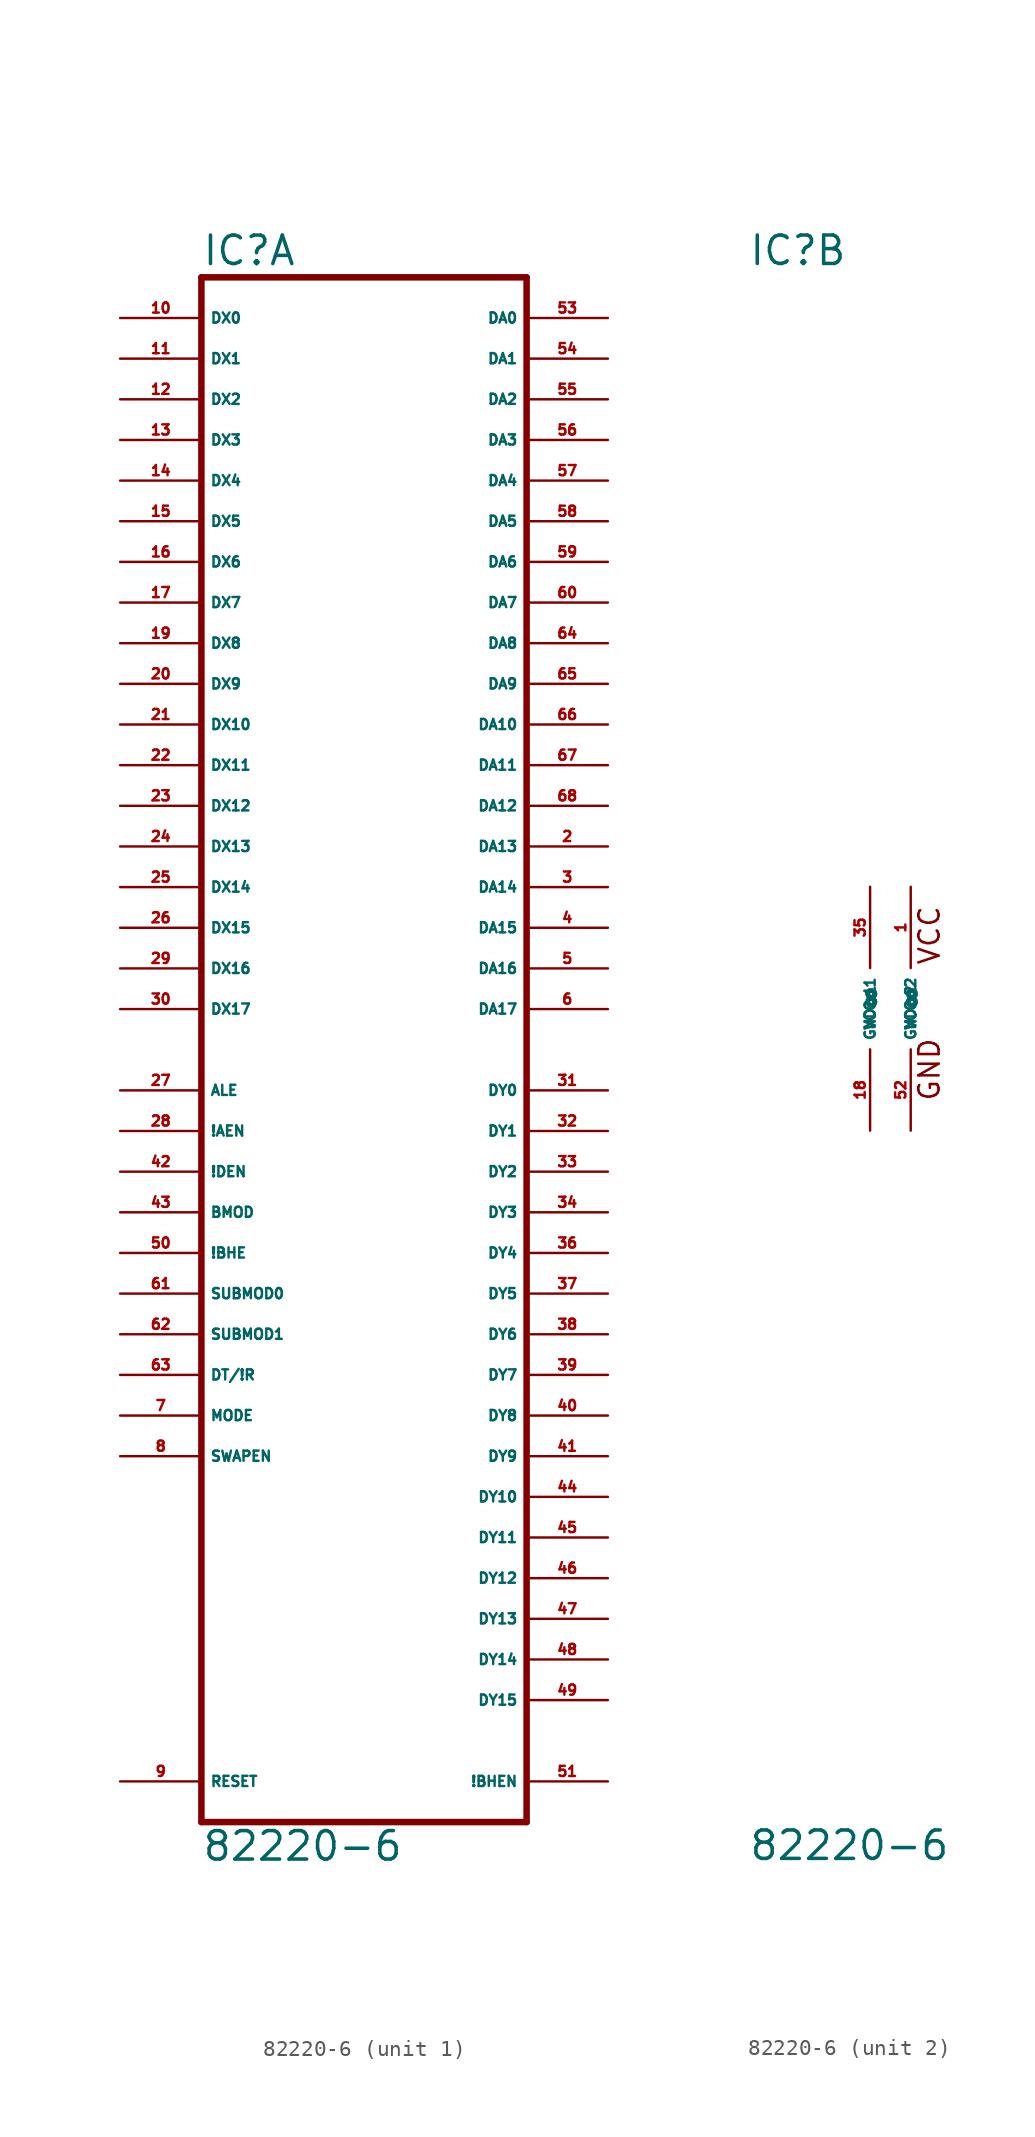
<source format=kicad_sym>
(kicad_symbol_lib
  (version 20220914)
  (generator Eagle2Kicad)
  (symbol "82220-6"
    (property "Reference" "IC"
      (at -10.16 46.355 0)
      (effects (font (size 1.778 1.778) (thickness 0.22)) (justify left bottom)))
    (property "Value" "82220-6"
      (at -10.16 -53.34 0)
      (effects (font (size 1.778 1.778) (thickness 0.22)) (justify left bottom)))
    (symbol "82220-6_1_0"
      (polyline (pts (xy -10.16 -50.8) (xy 10.16 -50.8)) (stroke (width 0.406) (type default)) (fill (type none)))
      (polyline (pts (xy 10.16 -50.8) (xy 10.16 45.72)) (stroke (width 0.406) (type default)) (fill (type none)))
      (polyline (pts (xy 10.16 45.72) (xy -10.16 45.72)) (stroke (width 0.406) (type default)) (fill (type none)))
      (polyline (pts (xy -10.16 45.72) (xy -10.16 -50.8)) (stroke (width 0.406) (type default)) (fill (type none)))
      (pin bidirectional line (at -15.24 43.18 0) (length 5.08) (name "DX0" (effects (font (size 0.635 0.635) (thickness 0.08)) (justify left bottom))) (number "10" (effects (font (size 0.635 0.635) (thickness 0.08)) (justify left bottom))))
      (pin bidirectional line (at -15.24 40.64 0) (length 5.08) (name "DX1" (effects (font (size 0.635 0.635) (thickness 0.08)) (justify left bottom))) (number "11" (effects (font (size 0.635 0.635) (thickness 0.08)) (justify left bottom))))
      (pin bidirectional line (at -15.24 38.1 0) (length 5.08) (name "DX2" (effects (font (size 0.635 0.635) (thickness 0.08)) (justify left bottom))) (number "12" (effects (font (size 0.635 0.635) (thickness 0.08)) (justify left bottom))))
      (pin bidirectional line (at -15.24 35.56 0) (length 5.08) (name "DX3" (effects (font (size 0.635 0.635) (thickness 0.08)) (justify left bottom))) (number "13" (effects (font (size 0.635 0.635) (thickness 0.08)) (justify left bottom))))
      (pin bidirectional line (at -15.24 33.02 0) (length 5.08) (name "DX4" (effects (font (size 0.635 0.635) (thickness 0.08)) (justify left bottom))) (number "14" (effects (font (size 0.635 0.635) (thickness 0.08)) (justify left bottom))))
      (pin bidirectional line (at -15.24 30.48 0) (length 5.08) (name "DX5" (effects (font (size 0.635 0.635) (thickness 0.08)) (justify left bottom))) (number "15" (effects (font (size 0.635 0.635) (thickness 0.08)) (justify left bottom))))
      (pin bidirectional line (at -15.24 27.94 0) (length 5.08) (name "DX6" (effects (font (size 0.635 0.635) (thickness 0.08)) (justify left bottom))) (number "16" (effects (font (size 0.635 0.635) (thickness 0.08)) (justify left bottom))))
      (pin bidirectional line (at -15.24 25.4 0) (length 5.08) (name "DX7" (effects (font (size 0.635 0.635) (thickness 0.08)) (justify left bottom))) (number "17" (effects (font (size 0.635 0.635) (thickness 0.08)) (justify left bottom))))
      (pin bidirectional line (at -15.24 22.86 0) (length 5.08) (name "DX8" (effects (font (size 0.635 0.635) (thickness 0.08)) (justify left bottom))) (number "19" (effects (font (size 0.635 0.635) (thickness 0.08)) (justify left bottom))))
      (pin bidirectional line (at -15.24 20.32 0) (length 5.08) (name "DX9" (effects (font (size 0.635 0.635) (thickness 0.08)) (justify left bottom))) (number "20" (effects (font (size 0.635 0.635) (thickness 0.08)) (justify left bottom))))
      (pin bidirectional line (at -15.24 17.78 0) (length 5.08) (name "DX10" (effects (font (size 0.635 0.635) (thickness 0.08)) (justify left bottom))) (number "21" (effects (font (size 0.635 0.635) (thickness 0.08)) (justify left bottom))))
      (pin bidirectional line (at -15.24 15.24 0) (length 5.08) (name "DX11" (effects (font (size 0.635 0.635) (thickness 0.08)) (justify left bottom))) (number "22" (effects (font (size 0.635 0.635) (thickness 0.08)) (justify left bottom))))
      (pin bidirectional line (at -15.24 12.7 0) (length 5.08) (name "DX12" (effects (font (size 0.635 0.635) (thickness 0.08)) (justify left bottom))) (number "23" (effects (font (size 0.635 0.635) (thickness 0.08)) (justify left bottom))))
      (pin bidirectional line (at -15.24 10.16 0) (length 5.08) (name "DX13" (effects (font (size 0.635 0.635) (thickness 0.08)) (justify left bottom))) (number "24" (effects (font (size 0.635 0.635) (thickness 0.08)) (justify left bottom))))
      (pin bidirectional line (at -15.24 7.62 0) (length 5.08) (name "DX14" (effects (font (size 0.635 0.635) (thickness 0.08)) (justify left bottom))) (number "25" (effects (font (size 0.635 0.635) (thickness 0.08)) (justify left bottom))))
      (pin bidirectional line (at -15.24 5.08 0) (length 5.08) (name "DX15" (effects (font (size 0.635 0.635) (thickness 0.08)) (justify left bottom))) (number "26" (effects (font (size 0.635 0.635) (thickness 0.08)) (justify left bottom))))
      (pin input line (at -15.24 2.54 0) (length 5.08) (name "DX16" (effects (font (size 0.635 0.635) (thickness 0.08)) (justify left bottom))) (number "29" (effects (font (size 0.635 0.635) (thickness 0.08)) (justify left bottom))))
      (pin input line (at -15.24 0 0) (length 5.08) (name "DX17" (effects (font (size 0.635 0.635) (thickness 0.08)) (justify left bottom))) (number "30" (effects (font (size 0.635 0.635) (thickness 0.08)) (justify left bottom))))
      (pin input line (at -15.24 -5.08 0) (length 5.08) (name "ALE" (effects (font (size 0.635 0.635) (thickness 0.08)) (justify left bottom))) (number "27" (effects (font (size 0.635 0.635) (thickness 0.08)) (justify left bottom))))
      (pin input line (at -15.24 -7.62 0) (length 5.08) (name "!AEN" (effects (font (size 0.635 0.635) (thickness 0.08)) (justify left bottom))) (number "28" (effects (font (size 0.635 0.635) (thickness 0.08)) (justify left bottom))))
      (pin input line (at -15.24 -10.16 0) (length 5.08) (name "!DEN" (effects (font (size 0.635 0.635) (thickness 0.08)) (justify left bottom))) (number "42" (effects (font (size 0.635 0.635) (thickness 0.08)) (justify left bottom))))
      (pin input line (at -15.24 -12.7 0) (length 5.08) (name "BMOD" (effects (font (size 0.635 0.635) (thickness 0.08)) (justify left bottom))) (number "43" (effects (font (size 0.635 0.635) (thickness 0.08)) (justify left bottom))))
      (pin input line (at -15.24 -15.24 0) (length 5.08) (name "!BHE" (effects (font (size 0.635 0.635) (thickness 0.08)) (justify left bottom))) (number "50" (effects (font (size 0.635 0.635) (thickness 0.08)) (justify left bottom))))
      (pin output line (at 15.24 43.18 180) (length 5.08) (name "DA0" (effects (font (size 0.635 0.635) (thickness 0.08)) (justify left bottom))) (number "53" (effects (font (size 0.635 0.635) (thickness 0.08)) (justify left bottom))))
      (pin output line (at 15.24 40.64 180) (length 5.08) (name "DA1" (effects (font (size 0.635 0.635) (thickness 0.08)) (justify left bottom))) (number "54" (effects (font (size 0.635 0.635) (thickness 0.08)) (justify left bottom))))
      (pin output line (at 15.24 38.1 180) (length 5.08) (name "DA2" (effects (font (size 0.635 0.635) (thickness 0.08)) (justify left bottom))) (number "55" (effects (font (size 0.635 0.635) (thickness 0.08)) (justify left bottom))))
      (pin output line (at 15.24 35.56 180) (length 5.08) (name "DA3" (effects (font (size 0.635 0.635) (thickness 0.08)) (justify left bottom))) (number "56" (effects (font (size 0.635 0.635) (thickness 0.08)) (justify left bottom))))
      (pin output line (at 15.24 33.02 180) (length 5.08) (name "DA4" (effects (font (size 0.635 0.635) (thickness 0.08)) (justify left bottom))) (number "57" (effects (font (size 0.635 0.635) (thickness 0.08)) (justify left bottom))))
      (pin output line (at 15.24 30.48 180) (length 5.08) (name "DA5" (effects (font (size 0.635 0.635) (thickness 0.08)) (justify left bottom))) (number "58" (effects (font (size 0.635 0.635) (thickness 0.08)) (justify left bottom))))
      (pin output line (at 15.24 27.94 180) (length 5.08) (name "DA6" (effects (font (size 0.635 0.635) (thickness 0.08)) (justify left bottom))) (number "59" (effects (font (size 0.635 0.635) (thickness 0.08)) (justify left bottom))))
      (pin output line (at 15.24 25.4 180) (length 5.08) (name "DA7" (effects (font (size 0.635 0.635) (thickness 0.08)) (justify left bottom))) (number "60" (effects (font (size 0.635 0.635) (thickness 0.08)) (justify left bottom))))
      (pin output line (at 15.24 22.86 180) (length 5.08) (name "DA8" (effects (font (size 0.635 0.635) (thickness 0.08)) (justify left bottom))) (number "64" (effects (font (size 0.635 0.635) (thickness 0.08)) (justify left bottom))))
      (pin output line (at 15.24 20.32 180) (length 5.08) (name "DA9" (effects (font (size 0.635 0.635) (thickness 0.08)) (justify left bottom))) (number "65" (effects (font (size 0.635 0.635) (thickness 0.08)) (justify left bottom))))
      (pin output line (at 15.24 17.78 180) (length 5.08) (name "DA10" (effects (font (size 0.635 0.635) (thickness 0.08)) (justify left bottom))) (number "66" (effects (font (size 0.635 0.635) (thickness 0.08)) (justify left bottom))))
      (pin output line (at 15.24 15.24 180) (length 5.08) (name "DA11" (effects (font (size 0.635 0.635) (thickness 0.08)) (justify left bottom))) (number "67" (effects (font (size 0.635 0.635) (thickness 0.08)) (justify left bottom))))
      (pin output line (at 15.24 12.7 180) (length 5.08) (name "DA12" (effects (font (size 0.635 0.635) (thickness 0.08)) (justify left bottom))) (number "68" (effects (font (size 0.635 0.635) (thickness 0.08)) (justify left bottom))))
      (pin output line (at 15.24 10.16 180) (length 5.08) (name "DA13" (effects (font (size 0.635 0.635) (thickness 0.08)) (justify left bottom))) (number "2" (effects (font (size 0.635 0.635) (thickness 0.08)) (justify left bottom))))
      (pin output line (at 15.24 7.62 180) (length 5.08) (name "DA14" (effects (font (size 0.635 0.635) (thickness 0.08)) (justify left bottom))) (number "3" (effects (font (size 0.635 0.635) (thickness 0.08)) (justify left bottom))))
      (pin output line (at 15.24 5.08 180) (length 5.08) (name "DA15" (effects (font (size 0.635 0.635) (thickness 0.08)) (justify left bottom))) (number "4" (effects (font (size 0.635 0.635) (thickness 0.08)) (justify left bottom))))
      (pin output line (at 15.24 2.54 180) (length 5.08) (name "DA16" (effects (font (size 0.635 0.635) (thickness 0.08)) (justify left bottom))) (number "5" (effects (font (size 0.635 0.635) (thickness 0.08)) (justify left bottom))))
      (pin output line (at 15.24 0 180) (length 5.08) (name "DA17" (effects (font (size 0.635 0.635) (thickness 0.08)) (justify left bottom))) (number "6" (effects (font (size 0.635 0.635) (thickness 0.08)) (justify left bottom))))
      (pin bidirectional line (at 15.24 -5.08 180) (length 5.08) (name "DY0" (effects (font (size 0.635 0.635) (thickness 0.08)) (justify left bottom))) (number "31" (effects (font (size 0.635 0.635) (thickness 0.08)) (justify left bottom))))
      (pin bidirectional line (at 15.24 -7.62 180) (length 5.08) (name "DY1" (effects (font (size 0.635 0.635) (thickness 0.08)) (justify left bottom))) (number "32" (effects (font (size 0.635 0.635) (thickness 0.08)) (justify left bottom))))
      (pin bidirectional line (at 15.24 -10.16 180) (length 5.08) (name "DY2" (effects (font (size 0.635 0.635) (thickness 0.08)) (justify left bottom))) (number "33" (effects (font (size 0.635 0.635) (thickness 0.08)) (justify left bottom))))
      (pin bidirectional line (at 15.24 -12.7 180) (length 5.08) (name "DY3" (effects (font (size 0.635 0.635) (thickness 0.08)) (justify left bottom))) (number "34" (effects (font (size 0.635 0.635) (thickness 0.08)) (justify left bottom))))
      (pin bidirectional line (at 15.24 -15.24 180) (length 5.08) (name "DY4" (effects (font (size 0.635 0.635) (thickness 0.08)) (justify left bottom))) (number "36" (effects (font (size 0.635 0.635) (thickness 0.08)) (justify left bottom))))
      (pin bidirectional line (at 15.24 -17.78 180) (length 5.08) (name "DY5" (effects (font (size 0.635 0.635) (thickness 0.08)) (justify left bottom))) (number "37" (effects (font (size 0.635 0.635) (thickness 0.08)) (justify left bottom))))
      (pin bidirectional line (at 15.24 -20.32 180) (length 5.08) (name "DY6" (effects (font (size 0.635 0.635) (thickness 0.08)) (justify left bottom))) (number "38" (effects (font (size 0.635 0.635) (thickness 0.08)) (justify left bottom))))
      (pin bidirectional line (at 15.24 -22.86 180) (length 5.08) (name "DY7" (effects (font (size 0.635 0.635) (thickness 0.08)) (justify left bottom))) (number "39" (effects (font (size 0.635 0.635) (thickness 0.08)) (justify left bottom))))
      (pin bidirectional line (at 15.24 -25.4 180) (length 5.08) (name "DY8" (effects (font (size 0.635 0.635) (thickness 0.08)) (justify left bottom))) (number "40" (effects (font (size 0.635 0.635) (thickness 0.08)) (justify left bottom))))
      (pin bidirectional line (at 15.24 -27.94 180) (length 5.08) (name "DY9" (effects (font (size 0.635 0.635) (thickness 0.08)) (justify left bottom))) (number "41" (effects (font (size 0.635 0.635) (thickness 0.08)) (justify left bottom))))
      (pin bidirectional line (at 15.24 -30.48 180) (length 5.08) (name "DY10" (effects (font (size 0.635 0.635) (thickness 0.08)) (justify left bottom))) (number "44" (effects (font (size 0.635 0.635) (thickness 0.08)) (justify left bottom))))
      (pin bidirectional line (at 15.24 -33.02 180) (length 5.08) (name "DY11" (effects (font (size 0.635 0.635) (thickness 0.08)) (justify left bottom))) (number "45" (effects (font (size 0.635 0.635) (thickness 0.08)) (justify left bottom))))
      (pin bidirectional line (at 15.24 -35.56 180) (length 5.08) (name "DY12" (effects (font (size 0.635 0.635) (thickness 0.08)) (justify left bottom))) (number "46" (effects (font (size 0.635 0.635) (thickness 0.08)) (justify left bottom))))
      (pin bidirectional line (at 15.24 -38.1 180) (length 5.08) (name "DY13" (effects (font (size 0.635 0.635) (thickness 0.08)) (justify left bottom))) (number "47" (effects (font (size 0.635 0.635) (thickness 0.08)) (justify left bottom))))
      (pin bidirectional line (at 15.24 -40.64 180) (length 5.08) (name "DY14" (effects (font (size 0.635 0.635) (thickness 0.08)) (justify left bottom))) (number "48" (effects (font (size 0.635 0.635) (thickness 0.08)) (justify left bottom))))
      (pin bidirectional line (at 15.24 -43.18 180) (length 5.08) (name "DY15" (effects (font (size 0.635 0.635) (thickness 0.08)) (justify left bottom))) (number "49" (effects (font (size 0.635 0.635) (thickness 0.08)) (justify left bottom))))
      (pin output line (at 15.24 -48.26 180) (length 5.08) (name "!BHEN" (effects (font (size 0.635 0.635) (thickness 0.08)) (justify left bottom))) (number "51" (effects (font (size 0.635 0.635) (thickness 0.08)) (justify left bottom))))
      (pin input line (at -15.24 -17.78 0) (length 5.08) (name "SUBMOD0" (effects (font (size 0.635 0.635) (thickness 0.08)) (justify left bottom))) (number "61" (effects (font (size 0.635 0.635) (thickness 0.08)) (justify left bottom))))
      (pin input line (at -15.24 -20.32 0) (length 5.08) (name "SUBMOD1" (effects (font (size 0.635 0.635) (thickness 0.08)) (justify left bottom))) (number "62" (effects (font (size 0.635 0.635) (thickness 0.08)) (justify left bottom))))
      (pin input line (at -15.24 -22.86 0) (length 5.08) (name "DT/!R" (effects (font (size 0.635 0.635) (thickness 0.08)) (justify left bottom))) (number "63" (effects (font (size 0.635 0.635) (thickness 0.08)) (justify left bottom))))
      (pin input line (at -15.24 -25.4 0) (length 5.08) (name "MODE" (effects (font (size 0.635 0.635) (thickness 0.08)) (justify left bottom))) (number "7" (effects (font (size 0.635 0.635) (thickness 0.08)) (justify left bottom))))
      (pin input line (at -15.24 -27.94 0) (length 5.08) (name "SWAPEN" (effects (font (size 0.635 0.635) (thickness 0.08)) (justify left bottom))) (number "8" (effects (font (size 0.635 0.635) (thickness 0.08)) (justify left bottom))))
      (pin input line (at -15.24 -48.26 0) (length 5.08) (name "RESET" (effects (font (size 0.635 0.635) (thickness 0.08)) (justify left bottom))) (number "9" (effects (font (size 0.635 0.635) (thickness 0.08)) (justify left bottom)))))
    (symbol "82220-6_2_0"
      (text "VCC" (at 1.905 2.667 900) (effects (font (size 1.27 1.27) (thickness 0.16)) (justify left bottom)))
      (text "GND" (at 1.905 -5.842 900) (effects (font (size 1.27 1.27) (thickness 0.16)) (justify left bottom)))
      (pin unspecified line (at -2.54 -7.62 90) (length 5.08) (name "GND@1" (effects (font (size 0.635 0.635) (thickness 0.08)) (justify left bottom))) (number "18" (effects (font (size 0.635 0.635) (thickness 0.08)) (justify left bottom))))
      (pin unspecified line (at 0 -7.62 90) (length 5.08) (name "GND@2" (effects (font (size 0.635 0.635) (thickness 0.08)) (justify left bottom))) (number "52" (effects (font (size 0.635 0.635) (thickness 0.08)) (justify left bottom))))
      (pin unspecified line (at -2.54 7.62 270) (length 5.08) (name "VCC@1" (effects (font (size 0.635 0.635) (thickness 0.08)) (justify left bottom))) (number "35" (effects (font (size 0.635 0.635) (thickness 0.08)) (justify left bottom))))
      (pin unspecified line (at 0 7.62 270) (length 5.08) (name "VCC@2" (effects (font (size 0.635 0.635) (thickness 0.08)) (justify left bottom))) (number "1" (effects (font (size 0.635 0.635) (thickness 0.08)) (justify left bottom)))))))
</source>
